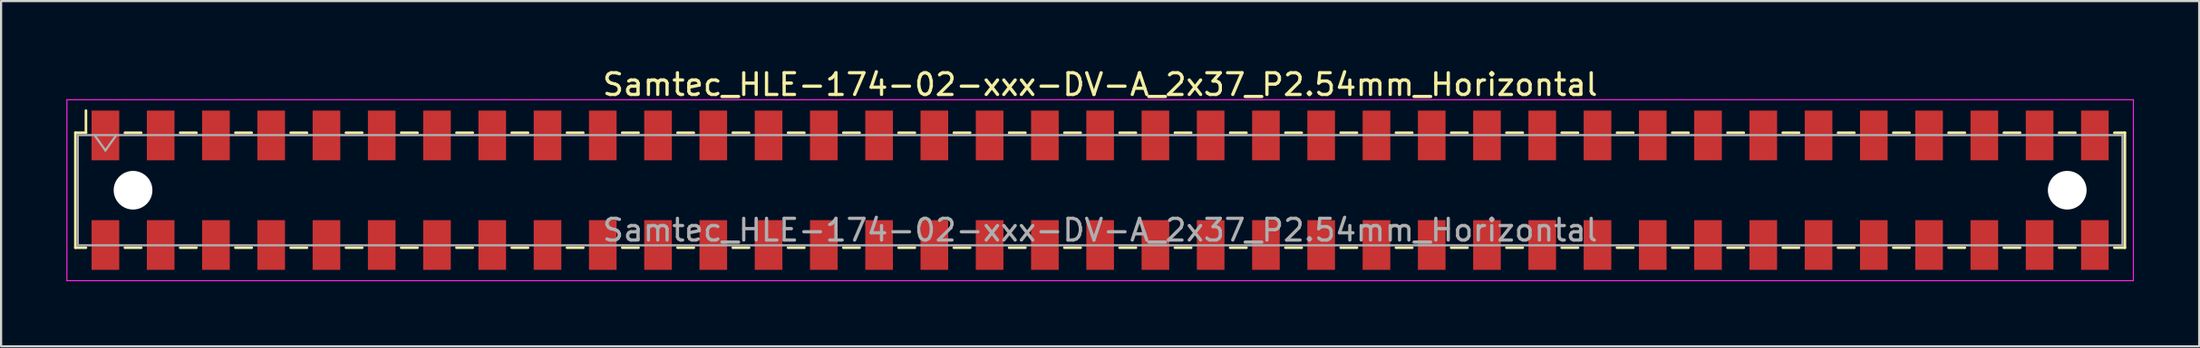
<source format=kicad_pcb>
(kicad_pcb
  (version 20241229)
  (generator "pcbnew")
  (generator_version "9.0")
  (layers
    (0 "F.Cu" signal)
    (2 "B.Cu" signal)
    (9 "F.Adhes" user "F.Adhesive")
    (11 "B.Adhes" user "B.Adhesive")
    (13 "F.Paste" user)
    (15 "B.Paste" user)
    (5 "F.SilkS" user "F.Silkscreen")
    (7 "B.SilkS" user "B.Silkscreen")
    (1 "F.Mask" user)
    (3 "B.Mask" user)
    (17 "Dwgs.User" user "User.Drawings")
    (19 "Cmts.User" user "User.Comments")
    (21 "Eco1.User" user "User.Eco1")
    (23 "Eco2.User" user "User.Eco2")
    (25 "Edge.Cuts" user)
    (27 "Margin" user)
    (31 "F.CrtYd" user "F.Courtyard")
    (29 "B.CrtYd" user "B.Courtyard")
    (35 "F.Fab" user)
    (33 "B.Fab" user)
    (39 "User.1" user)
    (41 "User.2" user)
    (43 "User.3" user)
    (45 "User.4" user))
  (footprint "Samtec_HLE-174-02-xxx-DV-A_2x37_P2.54mm_Horizontal"
    (layer "F.Cu")
    (at 47.515 5.718)
    (property "Reference" "Samtec_HLE-174-02-xxx-DV-A_2x37_P2.54mm_Horizontal" (at 0 -4.87 0) (layer "F.SilkS") (effects (font (size 1 1) (thickness 0.15))))
    (attr smd)
    (fp_line (start -47.1 -2.65) (end -47.1 2.65) (stroke (width 0.12) (type solid)) (layer "F.SilkS"))
    (fp_line (start -47.1 2.65) (end -46.615 2.65) (stroke (width 0.12) (type solid)) (layer "F.SilkS"))
    (fp_line (start -46.615 -3.67) (end -46.615 -2.65) (stroke (width 0.12) (type solid)) (layer "F.SilkS"))
    (fp_line (start -46.615 -2.65) (end -47.1 -2.65) (stroke (width 0.12) (type solid)) (layer "F.SilkS"))
    (fp_line (start -44.825 -2.65) (end -44.075 -2.65) (stroke (width 0.12) (type solid)) (layer "F.SilkS"))
    (fp_line (start -44.825 2.65) (end -44.075 2.65) (stroke (width 0.12) (type solid)) (layer "F.SilkS"))
    (fp_line (start -42.285 -2.65) (end -41.535 -2.65) (stroke (width 0.12) (type solid)) (layer "F.SilkS"))
    (fp_line (start -42.285 2.65) (end -41.535 2.65) (stroke (width 0.12) (type solid)) (layer "F.SilkS"))
    (fp_line (start -39.745 -2.65) (end -38.995 -2.65) (stroke (width 0.12) (type solid)) (layer "F.SilkS"))
    (fp_line (start -39.745 2.65) (end -38.995 2.65) (stroke (width 0.12) (type solid)) (layer "F.SilkS"))
    (fp_line (start -37.205 -2.65) (end -36.455 -2.65) (stroke (width 0.12) (type solid)) (layer "F.SilkS"))
    (fp_line (start -37.205 2.65) (end -36.455 2.65) (stroke (width 0.12) (type solid)) (layer "F.SilkS"))
    (fp_line (start -34.665 -2.65) (end -33.915 -2.65) (stroke (width 0.12) (type solid)) (layer "F.SilkS"))
    (fp_line (start -34.665 2.65) (end -33.915 2.65) (stroke (width 0.12) (type solid)) (layer "F.SilkS"))
    (fp_line (start -32.125 -2.65) (end -31.375 -2.65) (stroke (width 0.12) (type solid)) (layer "F.SilkS"))
    (fp_line (start -32.125 2.65) (end -31.375 2.65) (stroke (width 0.12) (type solid)) (layer "F.SilkS"))
    (fp_line (start -29.585 -2.65) (end -28.835 -2.65) (stroke (width 0.12) (type solid)) (layer "F.SilkS"))
    (fp_line (start -29.585 2.65) (end -28.835 2.65) (stroke (width 0.12) (type solid)) (layer "F.SilkS"))
    (fp_line (start -27.045 -2.65) (end -26.295 -2.65) (stroke (width 0.12) (type solid)) (layer "F.SilkS"))
    (fp_line (start -27.045 2.65) (end -26.295 2.65) (stroke (width 0.12) (type solid)) (layer "F.SilkS"))
    (fp_line (start -24.505 -2.65) (end -23.755 -2.65) (stroke (width 0.12) (type solid)) (layer "F.SilkS"))
    (fp_line (start -24.505 2.65) (end -23.755 2.65) (stroke (width 0.12) (type solid)) (layer "F.SilkS"))
    (fp_line (start -21.965 -2.65) (end -21.215 -2.65) (stroke (width 0.12) (type solid)) (layer "F.SilkS"))
    (fp_line (start -21.965 2.65) (end -21.215 2.65) (stroke (width 0.12) (type solid)) (layer "F.SilkS"))
    (fp_line (start -19.425 -2.65) (end -18.675 -2.65) (stroke (width 0.12) (type solid)) (layer "F.SilkS"))
    (fp_line (start -19.425 2.65) (end -18.675 2.65) (stroke (width 0.12) (type solid)) (layer "F.SilkS"))
    (fp_line (start -16.885 -2.65) (end -16.135 -2.65) (stroke (width 0.12) (type solid)) (layer "F.SilkS"))
    (fp_line (start -16.885 2.65) (end -16.135 2.65) (stroke (width 0.12) (type solid)) (layer "F.SilkS"))
    (fp_line (start -14.345 -2.65) (end -13.595 -2.65) (stroke (width 0.12) (type solid)) (layer "F.SilkS"))
    (fp_line (start -14.345 2.65) (end -13.595 2.65) (stroke (width 0.12) (type solid)) (layer "F.SilkS"))
    (fp_line (start -11.805 -2.65) (end -11.055 -2.65) (stroke (width 0.12) (type solid)) (layer "F.SilkS"))
    (fp_line (start -11.805 2.65) (end -11.055 2.65) (stroke (width 0.12) (type solid)) (layer "F.SilkS"))
    (fp_line (start -9.265 -2.65) (end -8.515 -2.65) (stroke (width 0.12) (type solid)) (layer "F.SilkS"))
    (fp_line (start -9.265 2.65) (end -8.515 2.65) (stroke (width 0.12) (type solid)) (layer "F.SilkS"))
    (fp_line (start -6.725 -2.65) (end -5.975 -2.65) (stroke (width 0.12) (type solid)) (layer "F.SilkS"))
    (fp_line (start -6.725 2.65) (end -5.975 2.65) (stroke (width 0.12) (type solid)) (layer "F.SilkS"))
    (fp_line (start -4.185 -2.65) (end -3.435 -2.65) (stroke (width 0.12) (type solid)) (layer "F.SilkS"))
    (fp_line (start -4.185 2.65) (end -3.435 2.65) (stroke (width 0.12) (type solid)) (layer "F.SilkS"))
    (fp_line (start -1.645 -2.65) (end -0.895 -2.65) (stroke (width 0.12) (type solid)) (layer "F.SilkS"))
    (fp_line (start -1.645 2.65) (end -0.895 2.65) (stroke (width 0.12) (type solid)) (layer "F.SilkS"))
    (fp_line (start 0.895 -2.65) (end 1.645 -2.65) (stroke (width 0.12) (type solid)) (layer "F.SilkS"))
    (fp_line (start 0.895 2.65) (end 1.645 2.65) (stroke (width 0.12) (type solid)) (layer "F.SilkS"))
    (fp_line (start 3.435 -2.65) (end 4.185 -2.65) (stroke (width 0.12) (type solid)) (layer "F.SilkS"))
    (fp_line (start 3.435 2.65) (end 4.185 2.65) (stroke (width 0.12) (type solid)) (layer "F.SilkS"))
    (fp_line (start 5.975 -2.65) (end 6.725 -2.65) (stroke (width 0.12) (type solid)) (layer "F.SilkS"))
    (fp_line (start 5.975 2.65) (end 6.725 2.65) (stroke (width 0.12) (type solid)) (layer "F.SilkS"))
    (fp_line (start 8.515 -2.65) (end 9.265 -2.65) (stroke (width 0.12) (type solid)) (layer "F.SilkS"))
    (fp_line (start 8.515 2.65) (end 9.265 2.65) (stroke (width 0.12) (type solid)) (layer "F.SilkS"))
    (fp_line (start 11.055 -2.65) (end 11.805 -2.65) (stroke (width 0.12) (type solid)) (layer "F.SilkS"))
    (fp_line (start 11.055 2.65) (end 11.805 2.65) (stroke (width 0.12) (type solid)) (layer "F.SilkS"))
    (fp_line (start 13.595 -2.65) (end 14.345 -2.65) (stroke (width 0.12) (type solid)) (layer "F.SilkS"))
    (fp_line (start 13.595 2.65) (end 14.345 2.65) (stroke (width 0.12) (type solid)) (layer "F.SilkS"))
    (fp_line (start 16.135 -2.65) (end 16.885 -2.65) (stroke (width 0.12) (type solid)) (layer "F.SilkS"))
    (fp_line (start 16.135 2.65) (end 16.885 2.65) (stroke (width 0.12) (type solid)) (layer "F.SilkS"))
    (fp_line (start 18.675 -2.65) (end 19.425 -2.65) (stroke (width 0.12) (type solid)) (layer "F.SilkS"))
    (fp_line (start 18.675 2.65) (end 19.425 2.65) (stroke (width 0.12) (type solid)) (layer "F.SilkS"))
    (fp_line (start 21.215 -2.65) (end 21.965 -2.65) (stroke (width 0.12) (type solid)) (layer "F.SilkS"))
    (fp_line (start 21.215 2.65) (end 21.965 2.65) (stroke (width 0.12) (type solid)) (layer "F.SilkS"))
    (fp_line (start 23.755 -2.65) (end 24.505 -2.65) (stroke (width 0.12) (type solid)) (layer "F.SilkS"))
    (fp_line (start 23.755 2.65) (end 24.505 2.65) (stroke (width 0.12) (type solid)) (layer "F.SilkS"))
    (fp_line (start 26.295 -2.65) (end 27.045 -2.65) (stroke (width 0.12) (type solid)) (layer "F.SilkS"))
    (fp_line (start 26.295 2.65) (end 27.045 2.65) (stroke (width 0.12) (type solid)) (layer "F.SilkS"))
    (fp_line (start 28.835 -2.65) (end 29.585 -2.65) (stroke (width 0.12) (type solid)) (layer "F.SilkS"))
    (fp_line (start 28.835 2.65) (end 29.585 2.65) (stroke (width 0.12) (type solid)) (layer "F.SilkS"))
    (fp_line (start 31.375 -2.65) (end 32.125 -2.65) (stroke (width 0.12) (type solid)) (layer "F.SilkS"))
    (fp_line (start 31.375 2.65) (end 32.125 2.65) (stroke (width 0.12) (type solid)) (layer "F.SilkS"))
    (fp_line (start 33.915 -2.65) (end 34.665 -2.65) (stroke (width 0.12) (type solid)) (layer "F.SilkS"))
    (fp_line (start 33.915 2.65) (end 34.665 2.65) (stroke (width 0.12) (type solid)) (layer "F.SilkS"))
    (fp_line (start 36.455 -2.65) (end 37.205 -2.65) (stroke (width 0.12) (type solid)) (layer "F.SilkS"))
    (fp_line (start 36.455 2.65) (end 37.205 2.65) (stroke (width 0.12) (type solid)) (layer "F.SilkS"))
    (fp_line (start 38.995 -2.65) (end 39.745 -2.65) (stroke (width 0.12) (type solid)) (layer "F.SilkS"))
    (fp_line (start 38.995 2.65) (end 39.745 2.65) (stroke (width 0.12) (type solid)) (layer "F.SilkS"))
    (fp_line (start 41.535 -2.65) (end 42.285 -2.65) (stroke (width 0.12) (type solid)) (layer "F.SilkS"))
    (fp_line (start 41.535 2.65) (end 42.285 2.65) (stroke (width 0.12) (type solid)) (layer "F.SilkS"))
    (fp_line (start 44.075 -2.65) (end 44.825 -2.65) (stroke (width 0.12) (type solid)) (layer "F.SilkS"))
    (fp_line (start 44.075 2.65) (end 44.825 2.65) (stroke (width 0.12) (type solid)) (layer "F.SilkS"))
    (fp_line (start 46.615 -2.65) (end 47.1 -2.65) (stroke (width 0.12) (type solid)) (layer "F.SilkS"))
    (fp_line (start 47.1 -2.65) (end 47.1 2.65) (stroke (width 0.12) (type solid)) (layer "F.SilkS"))
    (fp_line (start 47.1 2.65) (end 46.615 2.65) (stroke (width 0.12) (type solid)) (layer "F.SilkS"))
    (fp_line (start -47.49 -4.17) (end 47.49 -4.17) (stroke (width 0.05) (type solid)) (layer "F.CrtYd"))
    (fp_line (start -47.49 4.17) (end -47.49 -4.17) (stroke (width 0.05) (type solid)) (layer "F.CrtYd"))
    (fp_line (start 47.49 -4.17) (end 47.49 4.17) (stroke (width 0.05) (type solid)) (layer "F.CrtYd"))
    (fp_line (start 47.49 4.17) (end -47.49 4.17) (stroke (width 0.05) (type solid)) (layer "F.CrtYd"))
    (fp_line (start -46.99 -2.54) (end 46.99 -2.54) (stroke (width 0.1) (type solid)) (layer "F.Fab"))
    (fp_line (start -46.99 2.54) (end -46.99 -2.54) (stroke (width 0.1) (type solid)) (layer "F.Fab"))
    (fp_line (start -46.22 -2.54) (end -45.72 -1.833) (stroke (width 0.1) (type solid)) (layer "F.Fab"))
    (fp_line (start -45.72 -1.833) (end -45.22 -2.54) (stroke (width 0.1) (type solid)) (layer "F.Fab"))
    (fp_line (start 46.99 -2.54) (end 46.99 2.54) (stroke (width 0.1) (type solid)) (layer "F.Fab"))
    (fp_line (start 46.99 2.54) (end -46.99 2.54) (stroke (width 0.1) (type solid)) (layer "F.Fab"))
    (fp_text user "${REFERENCE}" (at 0 1.84 0) (layer "F.Fab") (effects (font (size 1 1) (thickness 0.15))))
    (pad "" np_thru_hole circle (at -44.45 0) (size 1.78 1.78) (drill 1.78) (layers "*.Cu" "*.Mask"))
    (pad "" np_thru_hole circle (at 44.45 0) (size 1.78 1.78) (drill 1.78) (layers "*.Cu" "*.Mask"))
    (pad "1" smd rect (at -45.72 -2.525) (size 1.27 2.29) (layers "F.Cu" "F.Mask" "F.Paste"))
    (pad "2" smd rect (at -45.72 2.525) (size 1.27 2.29) (layers "F.Cu" "F.Mask" "F.Paste"))
    (pad "3" smd rect (at -43.18 -2.525) (size 1.27 2.29) (layers "F.Cu" "F.Mask" "F.Paste"))
    (pad "4" smd rect (at -43.18 2.525) (size 1.27 2.29) (layers "F.Cu" "F.Mask" "F.Paste"))
    (pad "5" smd rect (at -40.64 -2.525) (size 1.27 2.29) (layers "F.Cu" "F.Mask" "F.Paste"))
    (pad "6" smd rect (at -40.64 2.525) (size 1.27 2.29) (layers "F.Cu" "F.Mask" "F.Paste"))
    (pad "7" smd rect (at -38.1 -2.525) (size 1.27 2.29) (layers "F.Cu" "F.Mask" "F.Paste"))
    (pad "8" smd rect (at -38.1 2.525) (size 1.27 2.29) (layers "F.Cu" "F.Mask" "F.Paste"))
    (pad "9" smd rect (at -35.56 -2.525) (size 1.27 2.29) (layers "F.Cu" "F.Mask" "F.Paste"))
    (pad "10" smd rect (at -35.56 2.525) (size 1.27 2.29) (layers "F.Cu" "F.Mask" "F.Paste"))
    (pad "11" smd rect (at -33.02 -2.525) (size 1.27 2.29) (layers "F.Cu" "F.Mask" "F.Paste"))
    (pad "12" smd rect (at -33.02 2.525) (size 1.27 2.29) (layers "F.Cu" "F.Mask" "F.Paste"))
    (pad "13" smd rect (at -30.48 -2.525) (size 1.27 2.29) (layers "F.Cu" "F.Mask" "F.Paste"))
    (pad "14" smd rect (at -30.48 2.525) (size 1.27 2.29) (layers "F.Cu" "F.Mask" "F.Paste"))
    (pad "15" smd rect (at -27.94 -2.525) (size 1.27 2.29) (layers "F.Cu" "F.Mask" "F.Paste"))
    (pad "16" smd rect (at -27.94 2.525) (size 1.27 2.29) (layers "F.Cu" "F.Mask" "F.Paste"))
    (pad "17" smd rect (at -25.4 -2.525) (size 1.27 2.29) (layers "F.Cu" "F.Mask" "F.Paste"))
    (pad "18" smd rect (at -25.4 2.525) (size 1.27 2.29) (layers "F.Cu" "F.Mask" "F.Paste"))
    (pad "19" smd rect (at -22.86 -2.525) (size 1.27 2.29) (layers "F.Cu" "F.Mask" "F.Paste"))
    (pad "20" smd rect (at -22.86 2.525) (size 1.27 2.29) (layers "F.Cu" "F.Mask" "F.Paste"))
    (pad "21" smd rect (at -20.32 -2.525) (size 1.27 2.29) (layers "F.Cu" "F.Mask" "F.Paste"))
    (pad "22" smd rect (at -20.32 2.525) (size 1.27 2.29) (layers "F.Cu" "F.Mask" "F.Paste"))
    (pad "23" smd rect (at -17.78 -2.525) (size 1.27 2.29) (layers "F.Cu" "F.Mask" "F.Paste"))
    (pad "24" smd rect (at -17.78 2.525) (size 1.27 2.29) (layers "F.Cu" "F.Mask" "F.Paste"))
    (pad "25" smd rect (at -15.24 -2.525) (size 1.27 2.29) (layers "F.Cu" "F.Mask" "F.Paste"))
    (pad "26" smd rect (at -15.24 2.525) (size 1.27 2.29) (layers "F.Cu" "F.Mask" "F.Paste"))
    (pad "27" smd rect (at -12.7 -2.525) (size 1.27 2.29) (layers "F.Cu" "F.Mask" "F.Paste"))
    (pad "28" smd rect (at -12.7 2.525) (size 1.27 2.29) (layers "F.Cu" "F.Mask" "F.Paste"))
    (pad "29" smd rect (at -10.16 -2.525) (size 1.27 2.29) (layers "F.Cu" "F.Mask" "F.Paste"))
    (pad "30" smd rect (at -10.16 2.525) (size 1.27 2.29) (layers "F.Cu" "F.Mask" "F.Paste"))
    (pad "31" smd rect (at -7.62 -2.525) (size 1.27 2.29) (layers "F.Cu" "F.Mask" "F.Paste"))
    (pad "32" smd rect (at -7.62 2.525) (size 1.27 2.29) (layers "F.Cu" "F.Mask" "F.Paste"))
    (pad "33" smd rect (at -5.08 -2.525) (size 1.27 2.29) (layers "F.Cu" "F.Mask" "F.Paste"))
    (pad "34" smd rect (at -5.08 2.525) (size 1.27 2.29) (layers "F.Cu" "F.Mask" "F.Paste"))
    (pad "35" smd rect (at -2.54 -2.525) (size 1.27 2.29) (layers "F.Cu" "F.Mask" "F.Paste"))
    (pad "36" smd rect (at -2.54 2.525) (size 1.27 2.29) (layers "F.Cu" "F.Mask" "F.Paste"))
    (pad "37" smd rect (at 0 -2.525) (size 1.27 2.29) (layers "F.Cu" "F.Mask" "F.Paste"))
    (pad "38" smd rect (at 0 2.525) (size 1.27 2.29) (layers "F.Cu" "F.Mask" "F.Paste"))
    (pad "39" smd rect (at 2.54 -2.525) (size 1.27 2.29) (layers "F.Cu" "F.Mask" "F.Paste"))
    (pad "40" smd rect (at 2.54 2.525) (size 1.27 2.29) (layers "F.Cu" "F.Mask" "F.Paste"))
    (pad "41" smd rect (at 5.08 -2.525) (size 1.27 2.29) (layers "F.Cu" "F.Mask" "F.Paste"))
    (pad "42" smd rect (at 5.08 2.525) (size 1.27 2.29) (layers "F.Cu" "F.Mask" "F.Paste"))
    (pad "43" smd rect (at 7.62 -2.525) (size 1.27 2.29) (layers "F.Cu" "F.Mask" "F.Paste"))
    (pad "44" smd rect (at 7.62 2.525) (size 1.27 2.29) (layers "F.Cu" "F.Mask" "F.Paste"))
    (pad "45" smd rect (at 10.16 -2.525) (size 1.27 2.29) (layers "F.Cu" "F.Mask" "F.Paste"))
    (pad "46" smd rect (at 10.16 2.525) (size 1.27 2.29) (layers "F.Cu" "F.Mask" "F.Paste"))
    (pad "47" smd rect (at 12.7 -2.525) (size 1.27 2.29) (layers "F.Cu" "F.Mask" "F.Paste"))
    (pad "48" smd rect (at 12.7 2.525) (size 1.27 2.29) (layers "F.Cu" "F.Mask" "F.Paste"))
    (pad "49" smd rect (at 15.24 -2.525) (size 1.27 2.29) (layers "F.Cu" "F.Mask" "F.Paste"))
    (pad "50" smd rect (at 15.24 2.525) (size 1.27 2.29) (layers "F.Cu" "F.Mask" "F.Paste"))
    (pad "51" smd rect (at 17.78 -2.525) (size 1.27 2.29) (layers "F.Cu" "F.Mask" "F.Paste"))
    (pad "52" smd rect (at 17.78 2.525) (size 1.27 2.29) (layers "F.Cu" "F.Mask" "F.Paste"))
    (pad "53" smd rect (at 20.32 -2.525) (size 1.27 2.29) (layers "F.Cu" "F.Mask" "F.Paste"))
    (pad "54" smd rect (at 20.32 2.525) (size 1.27 2.29) (layers "F.Cu" "F.Mask" "F.Paste"))
    (pad "55" smd rect (at 22.86 -2.525) (size 1.27 2.29) (layers "F.Cu" "F.Mask" "F.Paste"))
    (pad "56" smd rect (at 22.86 2.525) (size 1.27 2.29) (layers "F.Cu" "F.Mask" "F.Paste"))
    (pad "57" smd rect (at 25.4 -2.525) (size 1.27 2.29) (layers "F.Cu" "F.Mask" "F.Paste"))
    (pad "58" smd rect (at 25.4 2.525) (size 1.27 2.29) (layers "F.Cu" "F.Mask" "F.Paste"))
    (pad "59" smd rect (at 27.94 -2.525) (size 1.27 2.29) (layers "F.Cu" "F.Mask" "F.Paste"))
    (pad "60" smd rect (at 27.94 2.525) (size 1.27 2.29) (layers "F.Cu" "F.Mask" "F.Paste"))
    (pad "61" smd rect (at 30.48 -2.525) (size 1.27 2.29) (layers "F.Cu" "F.Mask" "F.Paste"))
    (pad "62" smd rect (at 30.48 2.525) (size 1.27 2.29) (layers "F.Cu" "F.Mask" "F.Paste"))
    (pad "63" smd rect (at 33.02 -2.525) (size 1.27 2.29) (layers "F.Cu" "F.Mask" "F.Paste"))
    (pad "64" smd rect (at 33.02 2.525) (size 1.27 2.29) (layers "F.Cu" "F.Mask" "F.Paste"))
    (pad "65" smd rect (at 35.56 -2.525) (size 1.27 2.29) (layers "F.Cu" "F.Mask" "F.Paste"))
    (pad "66" smd rect (at 35.56 2.525) (size 1.27 2.29) (layers "F.Cu" "F.Mask" "F.Paste"))
    (pad "67" smd rect (at 38.1 -2.525) (size 1.27 2.29) (layers "F.Cu" "F.Mask" "F.Paste"))
    (pad "68" smd rect (at 38.1 2.525) (size 1.27 2.29) (layers "F.Cu" "F.Mask" "F.Paste"))
    (pad "69" smd rect (at 40.64 -2.525) (size 1.27 2.29) (layers "F.Cu" "F.Mask" "F.Paste"))
    (pad "70" smd rect (at 40.64 2.525) (size 1.27 2.29) (layers "F.Cu" "F.Mask" "F.Paste"))
    (pad "71" smd rect (at 43.18 -2.525) (size 1.27 2.29) (layers "F.Cu" "F.Mask" "F.Paste"))
    (pad "72" smd rect (at 43.18 2.525) (size 1.27 2.29) (layers "F.Cu" "F.Mask" "F.Paste"))
    (pad "73" smd rect (at 45.72 -2.525) (size 1.27 2.29) (layers "F.Cu" "F.Mask" "F.Paste"))
    (pad "74" smd rect (at 45.72 2.525) (size 1.27 2.29) (layers "F.Cu" "F.Mask" "F.Paste")))
  (gr_rect
    (start -3 -3)
    (end 98.03 12.913)
    (stroke (width 0.1) (type default))
    (fill no)
    (layer "Edge.Cuts")))
</source>
